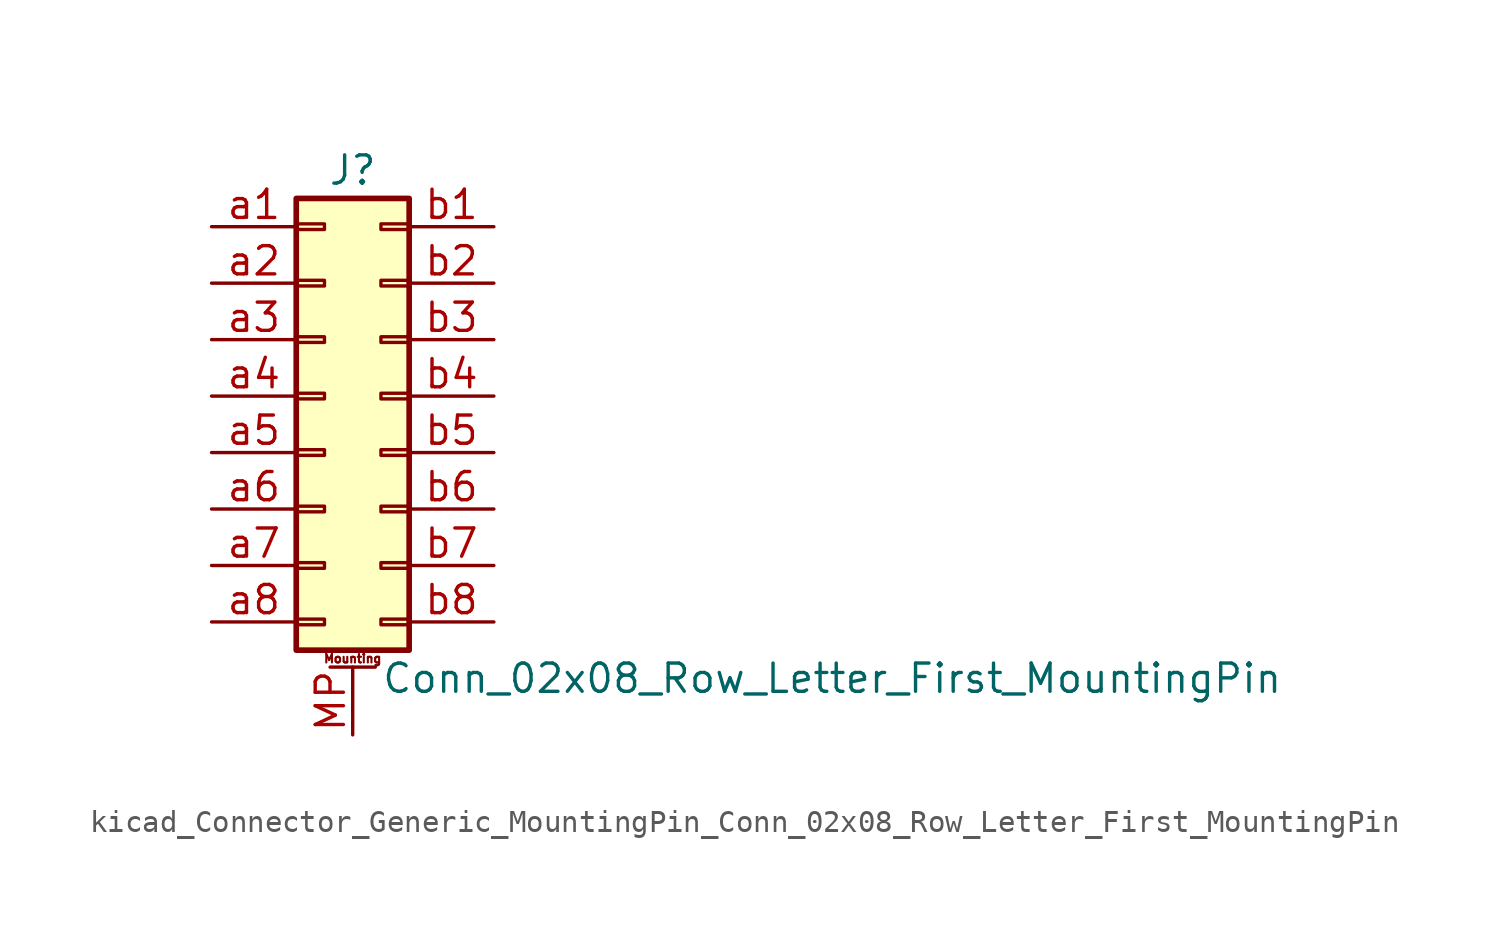
<source format=kicad_sym>
(kicad_symbol_lib
  (version 20220914)
  (generator kicad_symbol_editor)
  (symbol "kicad_Connector_Generic_MountingPin_Conn_02x08_Row_Letter_First_MountingPin"
    (pin_names
      (offset 1.016) hide)
    (property "Reference" "J"
      (at 1.27 10.16 0)
      (effects (font (size 1.27 1.27))))
    (property "Value" "Conn_02x08_Row_Letter_First_MountingPin"
      (at 2.54 -12.7 0)
      (effects (font (size 1.27 1.27)) (justify left)))
    (symbol "kicad_Connector_Generic_MountingPin_Conn_02x08_Row_Letter_First_MountingPin_1_1"
      (rectangle (start -1.27 -10.033) (end 0 -10.287) (stroke (width 0.152) (type default)) (fill (type none)))
      (rectangle (start -1.27 -7.493) (end 0 -7.747) (stroke (width 0.152) (type default)) (fill (type none)))
      (rectangle (start -1.27 -4.953) (end 0 -5.207) (stroke (width 0.152) (type default)) (fill (type none)))
      (rectangle (start -1.27 -2.413) (end 0 -2.667) (stroke (width 0.152) (type default)) (fill (type none)))
      (rectangle (start -1.27 0.127) (end 0 -0.127) (stroke (width 0.152) (type default)) (fill (type none)))
      (rectangle (start -1.27 2.667) (end 0 2.413) (stroke (width 0.152) (type default)) (fill (type none)))
      (rectangle (start -1.27 5.207) (end 0 4.953) (stroke (width 0.152) (type default)) (fill (type none)))
      (rectangle (start -1.27 7.747) (end 0 7.493) (stroke (width 0.152) (type default)) (fill (type none)))
      (rectangle (start -1.27 8.89) (end 3.81 -11.43) (stroke (width 0.254) (type default)) (fill (type background)))
      (polyline (pts (xy 0.254 -12.192) (xy 2.286 -12.192)) (stroke (width 0.152) (type default)) (fill (type none)))
      (rectangle (start 3.81 -10.033) (end 2.54 -10.287) (stroke (width 0.152) (type default)) (fill (type none)))
      (rectangle (start 3.81 -7.493) (end 2.54 -7.747) (stroke (width 0.152) (type default)) (fill (type none)))
      (rectangle (start 3.81 -4.953) (end 2.54 -5.207) (stroke (width 0.152) (type default)) (fill (type none)))
      (rectangle (start 3.81 -2.413) (end 2.54 -2.667) (stroke (width 0.152) (type default)) (fill (type none)))
      (rectangle (start 3.81 0.127) (end 2.54 -0.127) (stroke (width 0.152) (type default)) (fill (type none)))
      (rectangle (start 3.81 2.667) (end 2.54 2.413) (stroke (width 0.152) (type default)) (fill (type none)))
      (rectangle (start 3.81 5.207) (end 2.54 4.953) (stroke (width 0.152) (type default)) (fill (type none)))
      (rectangle (start 3.81 7.747) (end 2.54 7.493) (stroke (width 0.152) (type default)) (fill (type none)))
      (text "Mounting" (at 1.27 -11.811 0) (effects (font (size 0.381 0.381))))
      (pin passive line (at 1.27 -15.24 90) (length 3.048) (name "MountPin" (effects (font (size 1.27 1.27)))) (number "MP" (effects (font (size 1.27 1.27)))))
      (pin passive line (at -5.08 7.62 0) (length 3.81) (name "Pin_a1" (effects (font (size 1.27 1.27)))) (number "a1" (effects (font (size 1.27 1.27)))))
      (pin passive line (at -5.08 5.08 0) (length 3.81) (name "Pin_a2" (effects (font (size 1.27 1.27)))) (number "a2" (effects (font (size 1.27 1.27)))))
      (pin passive line (at -5.08 2.54 0) (length 3.81) (name "Pin_a3" (effects (font (size 1.27 1.27)))) (number "a3" (effects (font (size 1.27 1.27)))))
      (pin passive line (at -5.08 0 0) (length 3.81) (name "Pin_a4" (effects (font (size 1.27 1.27)))) (number "a4" (effects (font (size 1.27 1.27)))))
      (pin passive line (at -5.08 -2.54 0) (length 3.81) (name "Pin_a5" (effects (font (size 1.27 1.27)))) (number "a5" (effects (font (size 1.27 1.27)))))
      (pin passive line (at -5.08 -5.08 0) (length 3.81) (name "Pin_a6" (effects (font (size 1.27 1.27)))) (number "a6" (effects (font (size 1.27 1.27)))))
      (pin passive line (at -5.08 -7.62 0) (length 3.81) (name "Pin_a7" (effects (font (size 1.27 1.27)))) (number "a7" (effects (font (size 1.27 1.27)))))
      (pin passive line (at -5.08 -10.16 0) (length 3.81) (name "Pin_a8" (effects (font (size 1.27 1.27)))) (number "a8" (effects (font (size 1.27 1.27)))))
      (pin passive line (at 7.62 7.62 180) (length 3.81) (name "Pin_b1" (effects (font (size 1.27 1.27)))) (number "b1" (effects (font (size 1.27 1.27)))))
      (pin passive line (at 7.62 5.08 180) (length 3.81) (name "Pin_b2" (effects (font (size 1.27 1.27)))) (number "b2" (effects (font (size 1.27 1.27)))))
      (pin passive line (at 7.62 2.54 180) (length 3.81) (name "Pin_b3" (effects (font (size 1.27 1.27)))) (number "b3" (effects (font (size 1.27 1.27)))))
      (pin passive line (at 7.62 0 180) (length 3.81) (name "Pin_b4" (effects (font (size 1.27 1.27)))) (number "b4" (effects (font (size 1.27 1.27)))))
      (pin passive line (at 7.62 -2.54 180) (length 3.81) (name "Pin_b5" (effects (font (size 1.27 1.27)))) (number "b5" (effects (font (size 1.27 1.27)))))
      (pin passive line (at 7.62 -5.08 180) (length 3.81) (name "Pin_b6" (effects (font (size 1.27 1.27)))) (number "b6" (effects (font (size 1.27 1.27)))))
      (pin passive line (at 7.62 -7.62 180) (length 3.81) (name "Pin_b7" (effects (font (size 1.27 1.27)))) (number "b7" (effects (font (size 1.27 1.27)))))
      (pin passive line (at 7.62 -10.16 180) (length 3.81) (name "Pin_b8" (effects (font (size 1.27 1.27)))) (number "b8" (effects (font (size 1.27 1.27))))))))
</source>
